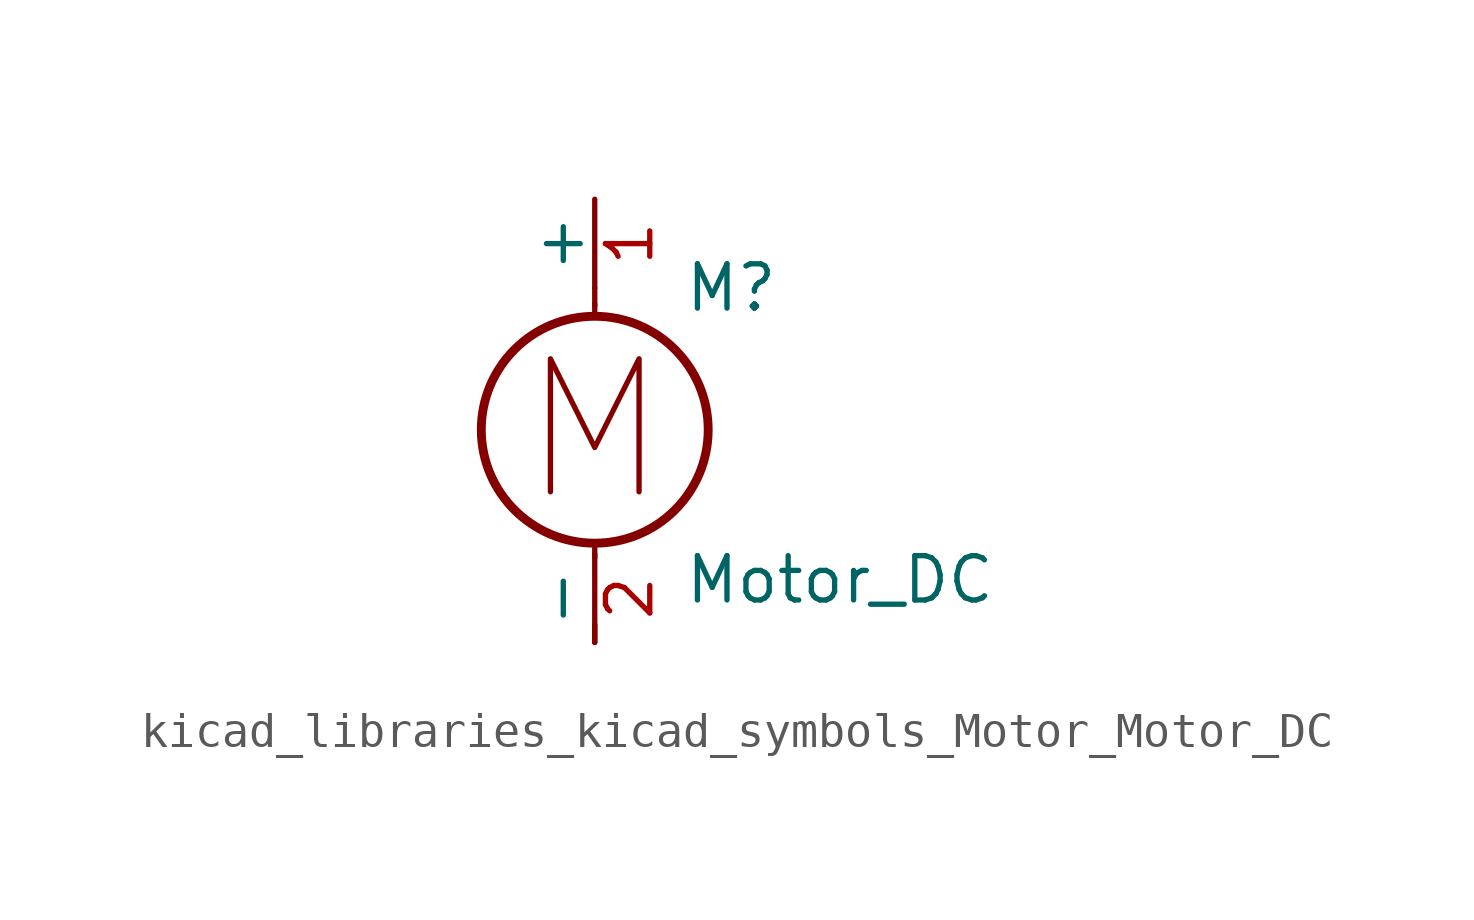
<source format=kicad_sym>
(kicad_symbol_lib
  (version 20220914)
  (generator kicad_symbol_editor)
  (symbol "kicad_libraries_kicad_symbols_Motor_Motor_DC"
    (pin_names
      (offset 0))
    (property "Reference" "M"
      (at 2.54 2.54 0)
      (effects (font (size 1.27 1.27)) (justify left)))
    (property "Value" "Motor_DC"
      (at 2.54 -5.08 0)
      (effects (font (size 1.27 1.27)) (justify left top)))
    (symbol "kicad_libraries_kicad_symbols_Motor_Motor_DC_0_0"
      (polyline (pts (xy -1.27 -3.302) (xy -1.27 0.508) (xy 0 -2.032) (xy 1.27 0.508) (xy 1.27 -3.302)) (stroke (width 0) (type default)) (fill (type none))))
    (symbol "kicad_libraries_kicad_symbols_Motor_Motor_DC_0_1"
      (circle (center 0 -1.524) (radius 3.251) (stroke (width 0.254) (type default)) (fill (type none)))
      (polyline (pts (xy 0 -7.62) (xy 0 -7.112)) (stroke (width 0) (type default)) (fill (type none)))
      (polyline (pts (xy 0 -4.775) (xy 0 -5.182)) (stroke (width 0) (type default)) (fill (type none)))
      (polyline (pts (xy 0 1.727) (xy 0 2.083)) (stroke (width 0) (type default)) (fill (type none)))
      (polyline (pts (xy 0 2.032) (xy 0 2.54)) (stroke (width 0) (type default)) (fill (type none))))
    (symbol "kicad_libraries_kicad_symbols_Motor_Motor_DC_1_1"
      (pin passive line (at 0 5.08 270) (length 2.54) (name "+" (effects (font (size 1.27 1.27)))) (number "1" (effects (font (size 1.27 1.27)))))
      (pin passive line (at 0 -7.62 90) (length 2.54) (name "-" (effects (font (size 1.27 1.27)))) (number "2" (effects (font (size 1.27 1.27))))))))
</source>
